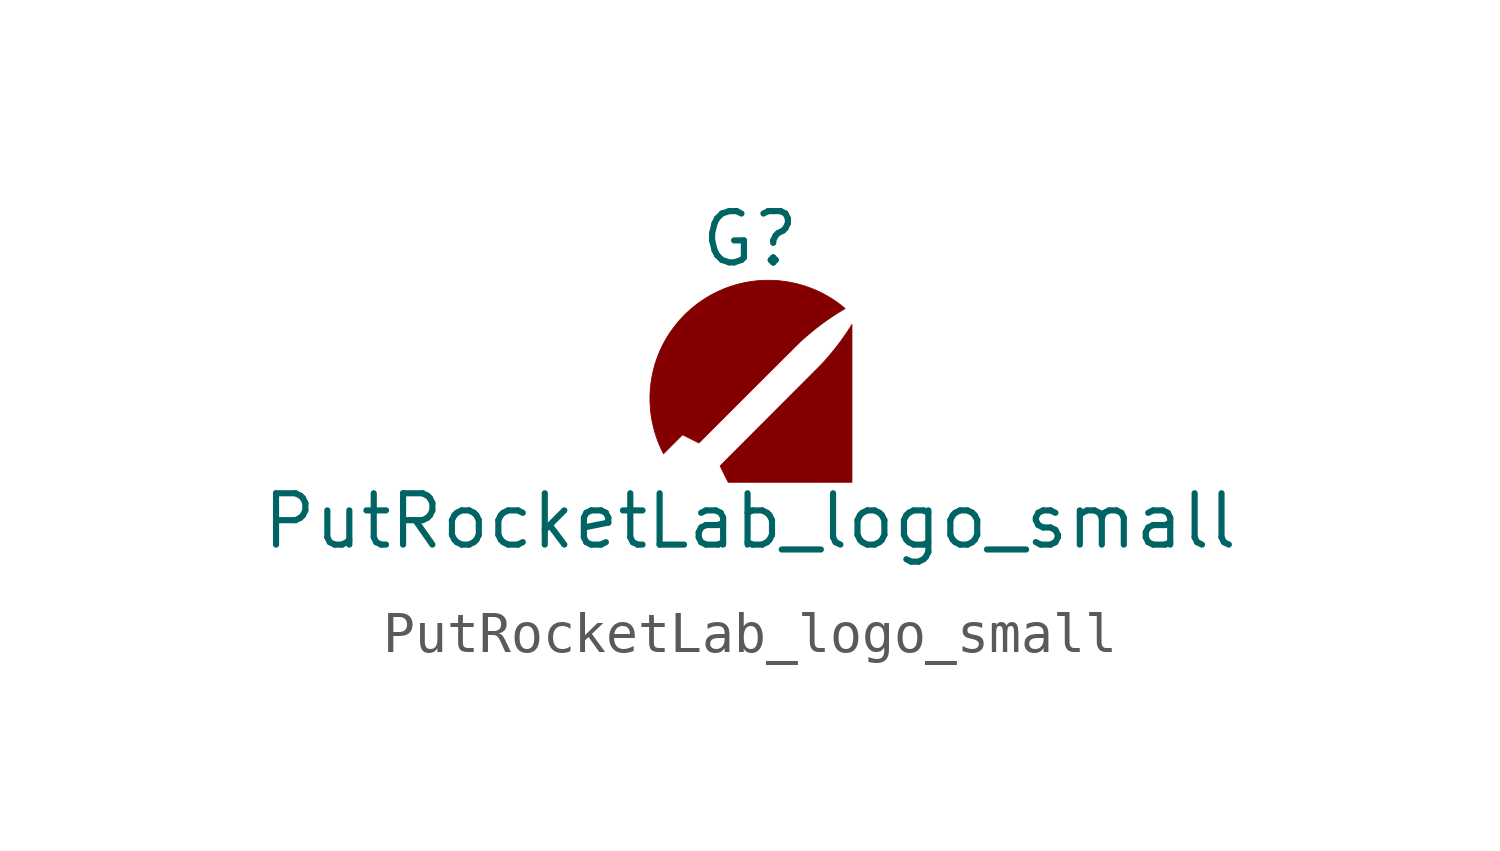
<source format=kicad_sym>
(kicad_symbol_lib
  (version 20211014)
  (generator kicad_symbol_editor)
  (symbol "PutRocketLab_logo_small"
    (property "Reference" "G"
      (at 0 3.81 0)
      (effects (font (size 1.27 1.27))))
    (property "Value" "PutRocketLab_logo_small"
      (at 0 -3.175 0)
      (effects (font (size 1.27 1.27))))
    (symbol "PutRocketLab_logo_small_0_0"
      (polyline (pts (xy 2.523 1.692) (xy 2.495 1.647) (xy 2.481 1.624) (xy 2.45 1.577) (xy 2.418 1.527) (xy 2.383 1.475) (xy 2.346 1.422) (xy 2.309 1.369) (xy 2.272 1.317) (xy 2.234 1.266) (xy 2.198 1.217) (xy 2.18 1.193) (xy 2.134 1.133) (xy 2.089 1.076) (xy 2.043 1.019) (xy 1.996 0.963) (xy 1.948 0.907) (xy 1.898 0.849) (xy 1.845 0.789) (xy 1.788 0.727) (xy 1.788 0.726) (xy 1.783 0.721) (xy 1.774 0.712) (xy 1.762 0.7) (xy 1.746 0.684) (xy 1.727 0.664) (xy 1.704 0.641) (xy 1.678 0.615) (xy 1.649 0.585) (xy 1.616 0.553) (xy 1.581 0.517) (xy 1.543 0.479) (xy 1.502 0.438) (xy 1.459 0.395) (xy 1.413 0.349) (xy 1.365 0.3) (xy 1.315 0.25) (xy 1.262 0.197) (xy 1.207 0.142) (xy 1.151 0.085) (xy 1.092 0.027) (xy 1.032 -0.034) (xy 0.97 -0.095) (xy 0.907 -0.159) (xy 0.842 -0.224) (xy 0.776 -0.29) (xy 0.709 -0.357) (xy 0.641 -0.425) (xy 0.487 -0.579) (xy 0.418 -0.648) (xy 0.35 -0.717) (xy 0.282 -0.784) (xy 0.216 -0.85) (xy 0.088 -0.979) (xy 0.026 -1.041) (xy -0.034 -1.101) (xy -0.093 -1.16) (xy -0.149 -1.216) (xy -0.204 -1.271) (xy -0.257 -1.324) (xy -0.307 -1.375) (xy -0.356 -1.423) (xy -0.402 -1.469) (xy -0.445 -1.513) (xy -0.486 -1.554) (xy -0.524 -1.592) (xy -0.56 -1.628) (xy -0.592 -1.661) (xy -0.622 -1.69) (xy -0.648 -1.717) (xy -0.672 -1.741) (xy -0.692 -1.761) (xy -0.708 -1.778) (xy -0.721 -1.791) (xy -0.731 -1.801) (xy -0.737 -1.807) (xy -0.739 -1.809) (xy -0.738 -1.809) (xy -0.736 -1.814) (xy -0.732 -1.824) (xy -0.725 -1.837) (xy -0.717 -1.854) (xy -0.707 -1.874) (xy -0.696 -1.898) (xy -0.683 -1.923) (xy -0.669 -1.951) (xy -0.654 -1.981) (xy -0.639 -2.012) (xy -0.539 -2.212) (xy 2.523 -2.212) (xy 2.523 1.692)) (stroke (width 0.01) (type default) (color 0 0 0 0)) (fill (type outline)))
      (polyline (pts (xy -1.905 -1.27) (xy -1.67 -1.035) (xy -1.468 -1.137) (xy -1.265 -1.238) (xy -0.035 -0.008) (xy 0.045 0.072) (xy 0.125 0.152) (xy 0.203 0.229) (xy 0.278 0.304) (xy 0.351 0.377) (xy 0.422 0.448) (xy 0.491 0.517) (xy 0.557 0.583) (xy 0.621 0.646) (xy 0.682 0.707) (xy 0.74 0.766) (xy 0.796 0.821) (xy 0.849 0.874) (xy 0.899 0.924) (xy 0.947 0.971) (xy 0.991 1.015) (xy 1.032 1.056) (xy 1.07 1.094) (xy 1.105 1.129) (xy 1.137 1.16) (xy 1.165 1.187) (xy 1.189 1.212) (xy 1.21 1.232) (xy 1.228 1.25) (xy 1.241 1.263) (xy 1.251 1.273) (xy 1.258 1.278) (xy 1.368 1.377) (xy 1.498 1.488) (xy 1.628 1.594) (xy 1.76 1.696) (xy 1.893 1.793) (xy 2.028 1.885) (xy 2.165 1.974) (xy 2.305 2.059) (xy 2.354 2.088) (xy 2.337 2.103) (xy 2.334 2.105) (xy 2.324 2.114) (xy 2.312 2.124) (xy 2.298 2.135) (xy 2.285 2.146) (xy 2.237 2.183) (xy 2.134 2.259) (xy 2.029 2.329) (xy 1.92 2.395) (xy 1.81 2.456) (xy 1.697 2.512) (xy 1.582 2.563) (xy 1.464 2.609) (xy 1.345 2.65) (xy 1.224 2.685) (xy 1.102 2.716) (xy 0.978 2.741) (xy 0.853 2.761) (xy 0.727 2.775) (xy 0.722 2.776) (xy 0.694 2.778) (xy 0.668 2.78) (xy 0.645 2.782) (xy 0.622 2.784) (xy 0.599 2.785) (xy 0.576 2.785) (xy 0.55 2.786) (xy 0.522 2.786) (xy 0.49 2.787) (xy 0.454 2.787) (xy 0.451 2.787) (xy 0.414 2.787) (xy 0.382 2.786) (xy 0.353 2.786) (xy 0.328 2.785) (xy 0.304 2.785) (xy 0.281 2.784) (xy 0.257 2.782) (xy 0.233 2.78) (xy 0.207 2.778) (xy 0.178 2.775) (xy 0.099 2.767) (xy -0.025 2.749) (xy -0.149 2.726) (xy -0.272 2.698) (xy -0.393 2.664) (xy -0.512 2.626) (xy -0.629 2.582) (xy -0.661 2.569) (xy -0.777 2.518) (xy -0.892 2.463) (xy -1.003 2.402) (xy -1.112 2.337) (xy -1.217 2.267) (xy -1.32 2.192) (xy -1.42 2.112) (xy -1.468 2.071) (xy -1.563 1.986) (xy -1.653 1.896) (xy -1.739 1.804) (xy -1.82 1.708) (xy -1.897 1.609) (xy -1.97 1.507) (xy -2.038 1.403) (xy -2.102 1.295) (xy -2.161 1.185) (xy -2.215 1.073) (xy -2.264 0.958) (xy -2.308 0.841) (xy -2.348 0.723) (xy -2.382 0.602) (xy -2.411 0.479) (xy -2.435 0.355) (xy -2.453 0.23) (xy -2.467 0.103) (xy -2.47 0.062) (xy -2.476 -0.065) (xy -2.476 -0.192) (xy -2.471 -0.318) (xy -2.461 -0.444) (xy -2.445 -0.57) (xy -2.424 -0.694) (xy -2.397 -0.818) (xy -2.366 -0.94) (xy -2.329 -1.061) (xy -2.287 -1.18) (xy -2.239 -1.297) (xy -2.236 -1.304) (xy -2.226 -1.328) (xy -2.214 -1.354) (xy -2.201 -1.382) (xy -2.188 -1.41) (xy -2.175 -1.436) (xy -2.163 -1.46) (xy -2.153 -1.48) (xy -2.14 -1.505) (xy -1.905 -1.27)) (stroke (width 0.01) (type default) (color 0 0 0 0)) (fill (type outline))))))
</source>
